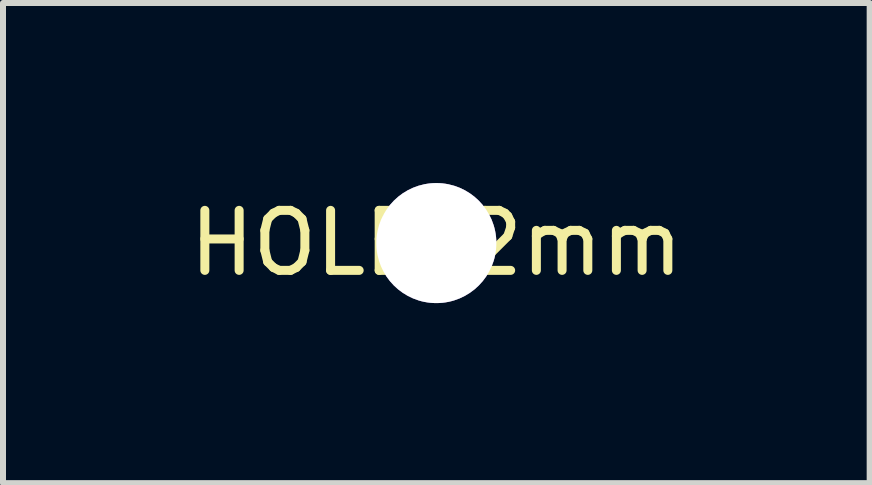
<source format=kicad_pcb>
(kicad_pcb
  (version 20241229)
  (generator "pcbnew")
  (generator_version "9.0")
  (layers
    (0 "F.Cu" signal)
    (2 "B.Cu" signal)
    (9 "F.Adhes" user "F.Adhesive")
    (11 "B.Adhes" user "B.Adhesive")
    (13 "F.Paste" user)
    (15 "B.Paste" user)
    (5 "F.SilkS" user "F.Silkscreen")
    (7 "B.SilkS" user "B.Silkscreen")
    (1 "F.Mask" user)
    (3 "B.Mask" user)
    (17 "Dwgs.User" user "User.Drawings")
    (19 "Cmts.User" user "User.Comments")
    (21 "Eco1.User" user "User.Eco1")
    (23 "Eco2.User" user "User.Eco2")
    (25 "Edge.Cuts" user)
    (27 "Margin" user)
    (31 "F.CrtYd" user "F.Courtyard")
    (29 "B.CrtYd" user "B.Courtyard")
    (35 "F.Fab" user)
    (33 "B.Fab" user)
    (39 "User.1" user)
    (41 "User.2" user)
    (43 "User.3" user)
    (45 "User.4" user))
  (footprint "HOLE_2mm"
    (layer "F.Cu")
    (at 4.22 1)
    (property "Reference" "HOLE_2mm" (at 0 0 0) (layer "F.SilkS") (effects (font (size 1 1) (thickness 0.15))))
    (attr through_hole)
    (pad "1" thru_hole circle (at 0 0) (size 2 2) (drill 2) (layers "*.Cu" "*.Mask")))
  (gr_rect
    (start -3 -3)
    (end 11.44 5)
    (stroke (width 0.1) (type default))
    (fill no)
    (layer "Edge.Cuts")))
</source>
